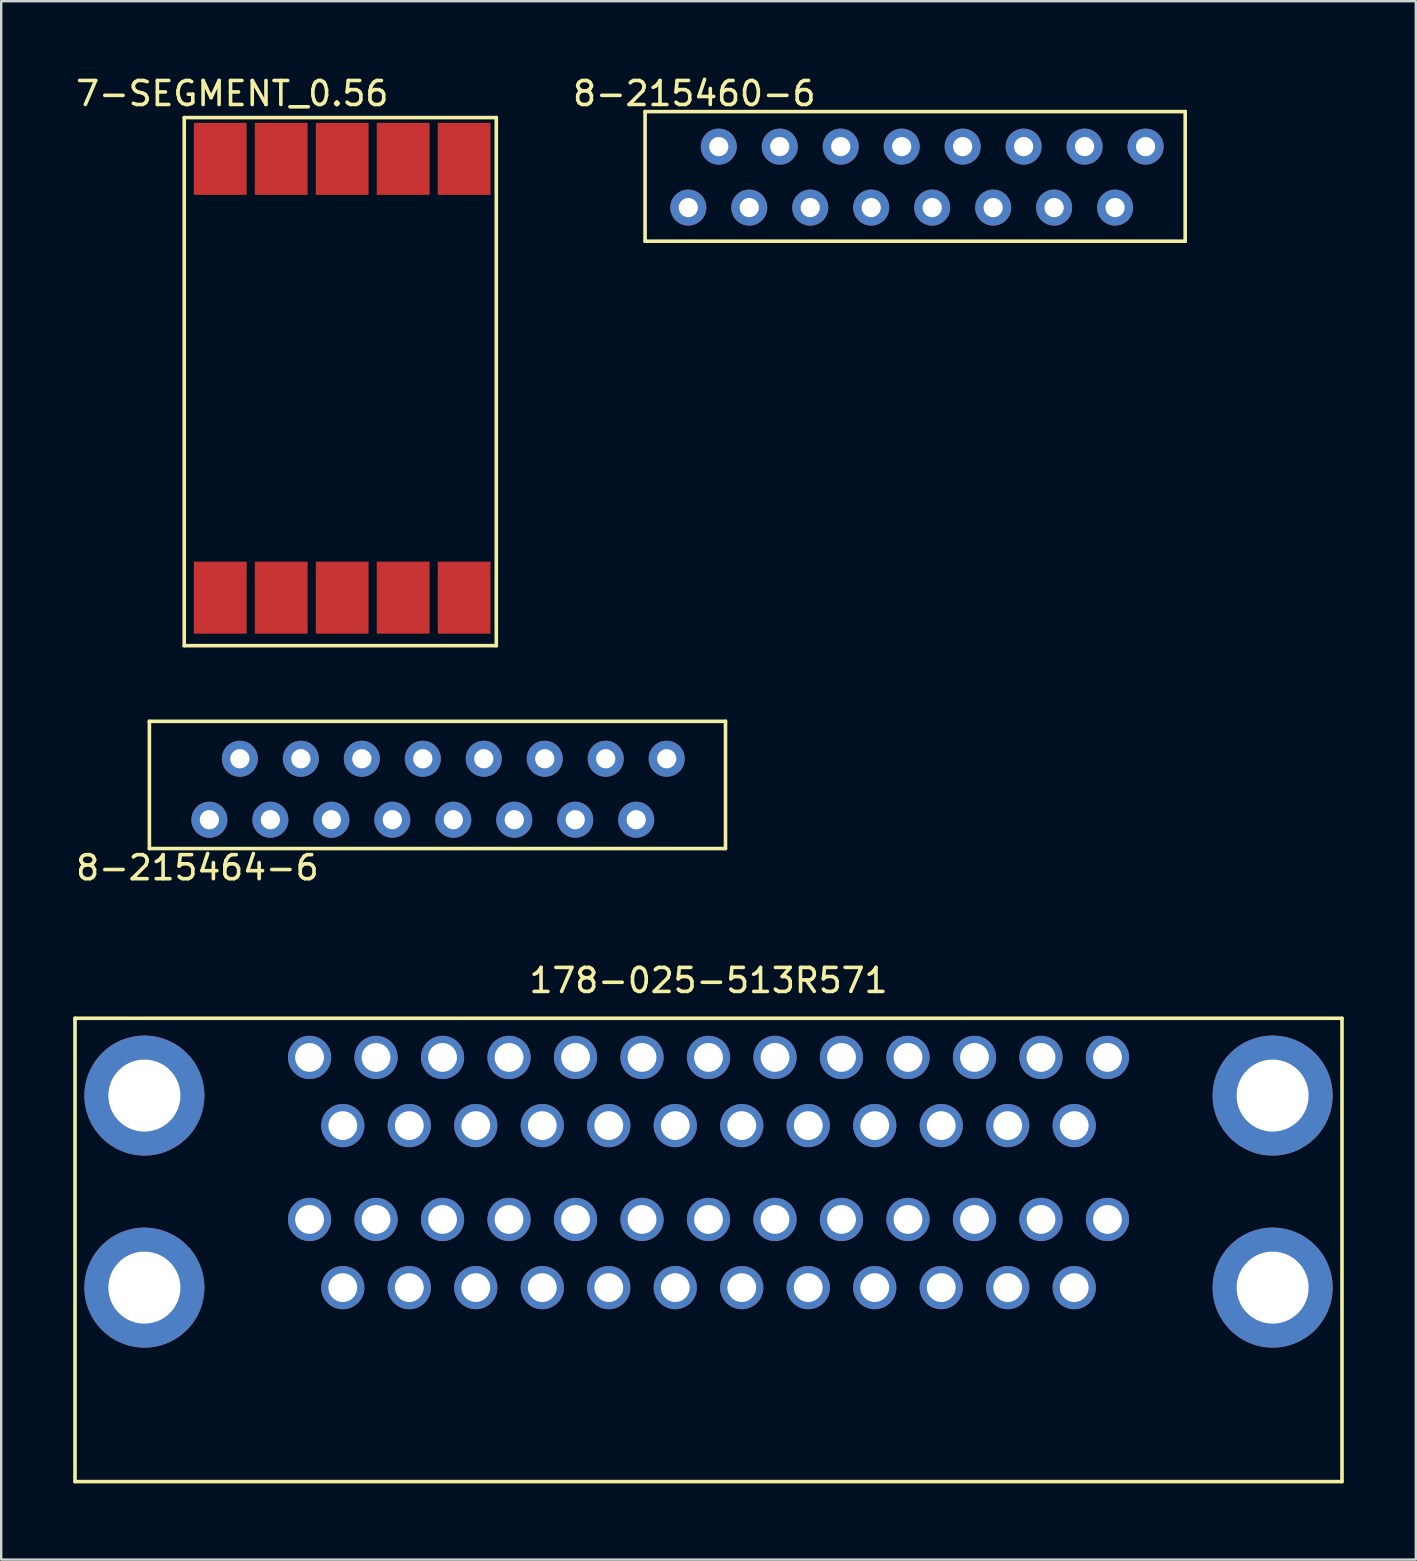
<source format=kicad_pcb>
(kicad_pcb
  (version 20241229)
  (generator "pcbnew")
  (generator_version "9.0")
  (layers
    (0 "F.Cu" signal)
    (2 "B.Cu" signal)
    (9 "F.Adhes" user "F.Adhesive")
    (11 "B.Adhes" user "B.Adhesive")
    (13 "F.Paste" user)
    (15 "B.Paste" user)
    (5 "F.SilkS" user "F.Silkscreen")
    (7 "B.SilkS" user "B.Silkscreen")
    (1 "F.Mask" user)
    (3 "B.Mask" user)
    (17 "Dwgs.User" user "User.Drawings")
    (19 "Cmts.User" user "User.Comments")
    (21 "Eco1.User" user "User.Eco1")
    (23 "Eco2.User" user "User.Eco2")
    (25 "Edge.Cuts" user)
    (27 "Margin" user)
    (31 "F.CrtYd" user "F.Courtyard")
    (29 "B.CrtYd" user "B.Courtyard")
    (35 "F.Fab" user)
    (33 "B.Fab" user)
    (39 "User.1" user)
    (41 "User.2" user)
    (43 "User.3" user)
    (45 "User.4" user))
  (footprint "8-215464-6"
    (layer "F.Cu")
    (at 5.673 31.098)
    (property "Reference" "8-215464-6" (at -0.5 2 0) (layer "F.SilkS") (effects (font (size 1 1) (thickness 0.15))))
    (attr through_hole)
    (fp_line (start -2.5 -4.1) (end -2.5 1.2) (stroke (width 0.15) (type solid)) (layer "F.SilkS"))
    (fp_line (start -2.5 1.2) (end 21.5 1.2) (stroke (width 0.15) (type solid)) (layer "F.SilkS"))
    (fp_line (start 21.5 -4.1) (end -2.5 -4.1) (stroke (width 0.15) (type solid)) (layer "F.SilkS"))
    (fp_line (start 21.5 1.2) (end 21.5 -4.1) (stroke (width 0.15) (type solid)) (layer "F.SilkS"))
    (pad "1" thru_hole circle (at 0 0) (size 1.5 1.5) (drill 0.8) (layers "*.Cu" "*.Mask"))
    (pad "2" thru_hole circle (at 1.27 -2.54) (size 1.5 1.5) (drill 0.8) (layers "*.Cu" "*.Mask"))
    (pad "3" thru_hole circle (at 2.54 0) (size 1.5 1.5) (drill 0.8) (layers "*.Cu" "*.Mask"))
    (pad "4" thru_hole circle (at 3.81 -2.54) (size 1.5 1.5) (drill 0.8) (layers "*.Cu" "*.Mask"))
    (pad "5" thru_hole circle (at 5.08 0) (size 1.5 1.5) (drill 0.8) (layers "*.Cu" "*.Mask"))
    (pad "6" thru_hole circle (at 6.35 -2.54) (size 1.5 1.5) (drill 0.8) (layers "*.Cu" "*.Mask"))
    (pad "7" thru_hole circle (at 7.62 0) (size 1.5 1.5) (drill 0.8) (layers "*.Cu" "*.Mask"))
    (pad "8" thru_hole circle (at 8.89 -2.54) (size 1.5 1.5) (drill 0.8) (layers "*.Cu" "*.Mask"))
    (pad "9" thru_hole circle (at 10.16 0) (size 1.5 1.5) (drill 0.8) (layers "*.Cu" "*.Mask"))
    (pad "10" thru_hole circle (at 11.43 -2.54) (size 1.5 1.5) (drill 0.8) (layers "*.Cu" "*.Mask"))
    (pad "11" thru_hole circle (at 12.7 0) (size 1.5 1.5) (drill 0.8) (layers "*.Cu" "*.Mask"))
    (pad "12" thru_hole circle (at 13.97 -2.54) (size 1.5 1.5) (drill 0.8) (layers "*.Cu" "*.Mask"))
    (pad "13" thru_hole circle (at 15.24 0) (size 1.5 1.5) (drill 0.8) (layers "*.Cu" "*.Mask"))
    (pad "14" thru_hole circle (at 16.51 -2.54) (size 1.5 1.5) (drill 0.8) (layers "*.Cu" "*.Mask"))
    (pad "15" thru_hole circle (at 17.78 0) (size 1.5 1.5) (drill 0.8) (layers "*.Cu" "*.Mask"))
    (pad "16" thru_hole circle (at 19.05 -2.54) (size 1.5 1.5) (drill 0.8) (layers "*.Cu" "*.Mask")))
  (footprint "178-025-513R571"
    (layer "F.Cu")
    (at 26.465 58.67)
    (property "Reference" "178-025-513R571" (at 0 -20.875 0) (layer "F.SilkS") (effects (font (size 1 1) (thickness 0.15))))
    (attr through_hole)
    (fp_line (start -26.39 -19.3) (end 26.39 -19.3) (stroke (width 0.15) (type solid)) (layer "F.SilkS"))
    (fp_line (start -26.39 0) (end -26.39 -19.3) (stroke (width 0.15) (type solid)) (layer "F.SilkS"))
    (fp_line (start 26.39 -19.3) (end 26.39 0) (stroke (width 0.15) (type solid)) (layer "F.SilkS"))
    (fp_line (start 26.39 0) (end -26.39 0) (stroke (width 0.15) (type solid)) (layer "F.SilkS"))
    (pad "0" thru_hole circle (at -23.5 -16.08) (size 5 5) (drill 3) (layers "*.Cu" "*.Mask"))
    (pad "0" thru_hole circle (at -23.5 -8.08) (size 5 5) (drill 3) (layers "*.Cu" "*.Mask"))
    (pad "0" thru_hole circle (at 23.5 -16.08) (size 5 5) (drill 3) (layers "*.Cu" "*.Mask"))
    (pad "0" thru_hole circle (at 23.5 -8.08) (size 5 5) (drill 3) (layers "*.Cu" "*.Mask"))
    (pad "1A" thru_hole circle (at 16.62 -17.67) (size 1.8 1.8) (drill 1.2) (layers "*.Cu" "*.Mask"))
    (pad "1B" thru_hole circle (at 16.62 -10.92) (size 1.8 1.8) (drill 1.2) (layers "*.Cu" "*.Mask"))
    (pad "2A" thru_hole circle (at 13.85 -17.67) (size 1.8 1.8) (drill 1.2) (layers "*.Cu" "*.Mask"))
    (pad "2B" thru_hole circle (at 13.85 -10.92) (size 1.8 1.8) (drill 1.2) (layers "*.Cu" "*.Mask"))
    (pad "3A" thru_hole circle (at 11.08 -17.67) (size 1.8 1.8) (drill 1.2) (layers "*.Cu" "*.Mask"))
    (pad "3B" thru_hole circle (at 11.08 -10.92) (size 1.8 1.8) (drill 1.2) (layers "*.Cu" "*.Mask"))
    (pad "4A" thru_hole circle (at 8.31 -17.67) (size 1.8 1.8) (drill 1.2) (layers "*.Cu" "*.Mask"))
    (pad "4B" thru_hole circle (at 8.31 -10.92) (size 1.8 1.8) (drill 1.2) (layers "*.Cu" "*.Mask"))
    (pad "5A" thru_hole circle (at 5.54 -17.67) (size 1.8 1.8) (drill 1.2) (layers "*.Cu" "*.Mask"))
    (pad "5B" thru_hole circle (at 5.54 -10.92) (size 1.8 1.8) (drill 1.2) (layers "*.Cu" "*.Mask"))
    (pad "6A" thru_hole circle (at 2.77 -17.67) (size 1.8 1.8) (drill 1.2) (layers "*.Cu" "*.Mask"))
    (pad "6B" thru_hole circle (at 2.77 -10.92) (size 1.8 1.8) (drill 1.2) (layers "*.Cu" "*.Mask"))
    (pad "7A" thru_hole circle (at 0 -17.67) (size 1.8 1.8) (drill 1.2) (layers "*.Cu" "*.Mask"))
    (pad "7B" thru_hole circle (at 0 -10.92) (size 1.8 1.8) (drill 1.2) (layers "*.Cu" "*.Mask"))
    (pad "8A" thru_hole circle (at -2.77 -17.67) (size 1.8 1.8) (drill 1.2) (layers "*.Cu" "*.Mask"))
    (pad "8B" thru_hole circle (at -2.77 -10.92) (size 1.8 1.8) (drill 1.2) (layers "*.Cu" "*.Mask"))
    (pad "9A" thru_hole circle (at -5.54 -17.67) (size 1.8 1.8) (drill 1.2) (layers "*.Cu" "*.Mask"))
    (pad "9B" thru_hole circle (at -5.54 -10.92) (size 1.8 1.8) (drill 1.2) (layers "*.Cu" "*.Mask"))
    (pad "10A" thru_hole circle (at -8.31 -17.67) (size 1.8 1.8) (drill 1.2) (layers "*.Cu" "*.Mask"))
    (pad "10B" thru_hole circle (at -8.31 -10.92) (size 1.8 1.8) (drill 1.2) (layers "*.Cu" "*.Mask"))
    (pad "11A" thru_hole circle (at -11.08 -17.67) (size 1.8 1.8) (drill 1.2) (layers "*.Cu" "*.Mask"))
    (pad "11B" thru_hole circle (at -11.08 -10.92) (size 1.8 1.8) (drill 1.2) (layers "*.Cu" "*.Mask"))
    (pad "12A" thru_hole circle (at -13.85 -17.67) (size 1.8 1.8) (drill 1.2) (layers "*.Cu" "*.Mask"))
    (pad "12B" thru_hole circle (at -13.85 -10.92) (size 1.8 1.8) (drill 1.2) (layers "*.Cu" "*.Mask"))
    (pad "13A" thru_hole circle (at -16.62 -17.67) (size 1.8 1.8) (drill 1.2) (layers "*.Cu" "*.Mask"))
    (pad "13B" thru_hole circle (at -16.62 -10.92) (size 1.8 1.8) (drill 1.2) (layers "*.Cu" "*.Mask"))
    (pad "14A" thru_hole circle (at 15.235 -14.83) (size 1.8 1.8) (drill 1.2) (layers "*.Cu" "*.Mask"))
    (pad "14B" thru_hole circle (at 15.235 -8.08) (size 1.8 1.8) (drill 1.2) (layers "*.Cu" "*.Mask"))
    (pad "15A" thru_hole circle (at 12.465 -14.83) (size 1.8 1.8) (drill 1.2) (layers "*.Cu" "*.Mask"))
    (pad "15B" thru_hole circle (at 12.465 -8.08) (size 1.8 1.8) (drill 1.2) (layers "*.Cu" "*.Mask"))
    (pad "16A" thru_hole circle (at 9.695 -14.83) (size 1.8 1.8) (drill 1.2) (layers "*.Cu" "*.Mask"))
    (pad "16B" thru_hole circle (at 9.695 -8.08) (size 1.8 1.8) (drill 1.2) (layers "*.Cu" "*.Mask"))
    (pad "17A" thru_hole circle (at 6.925 -14.83) (size 1.8 1.8) (drill 1.2) (layers "*.Cu" "*.Mask"))
    (pad "17B" thru_hole circle (at 6.925 -8.08) (size 1.8 1.8) (drill 1.2) (layers "*.Cu" "*.Mask"))
    (pad "18A" thru_hole circle (at 4.155 -14.83) (size 1.8 1.8) (drill 1.2) (layers "*.Cu" "*.Mask"))
    (pad "18B" thru_hole circle (at 4.155 -8.08) (size 1.8 1.8) (drill 1.2) (layers "*.Cu" "*.Mask"))
    (pad "19A" thru_hole circle (at 1.385 -14.83) (size 1.8 1.8) (drill 1.2) (layers "*.Cu" "*.Mask"))
    (pad "19B" thru_hole circle (at 1.385 -8.08) (size 1.8 1.8) (drill 1.2) (layers "*.Cu" "*.Mask"))
    (pad "20A" thru_hole circle (at -1.385 -14.83) (size 1.8 1.8) (drill 1.2) (layers "*.Cu" "*.Mask"))
    (pad "20B" thru_hole circle (at -1.385 -8.08) (size 1.8 1.8) (drill 1.2) (layers "*.Cu" "*.Mask"))
    (pad "21A" thru_hole circle (at -4.155 -14.83) (size 1.8 1.8) (drill 1.2) (layers "*.Cu" "*.Mask"))
    (pad "21B" thru_hole circle (at -4.155 -8.08) (size 1.8 1.8) (drill 1.2) (layers "*.Cu" "*.Mask"))
    (pad "22A" thru_hole circle (at -6.925 -14.83) (size 1.8 1.8) (drill 1.2) (layers "*.Cu" "*.Mask"))
    (pad "22B" thru_hole circle (at -6.925 -8.08) (size 1.8 1.8) (drill 1.2) (layers "*.Cu" "*.Mask"))
    (pad "23A" thru_hole circle (at -9.695 -14.83) (size 1.8 1.8) (drill 1.2) (layers "*.Cu" "*.Mask"))
    (pad "23B" thru_hole circle (at -9.695 -8.08) (size 1.8 1.8) (drill 1.2) (layers "*.Cu" "*.Mask"))
    (pad "24A" thru_hole circle (at -12.465 -14.83) (size 1.8 1.8) (drill 1.2) (layers "*.Cu" "*.Mask"))
    (pad "24B" thru_hole circle (at -12.465 -8.08) (size 1.8 1.8) (drill 1.2) (layers "*.Cu" "*.Mask"))
    (pad "25A" thru_hole circle (at -15.235 -14.83) (size 1.8 1.8) (drill 1.2) (layers "*.Cu" "*.Mask"))
    (pad "25B" thru_hole circle (at -15.235 -8.08) (size 1.8 1.8) (drill 1.2) (layers "*.Cu" "*.Mask")))
  (footprint "8-215460-6"
    (layer "F.Cu")
    (at 25.623 5.598)
    (property "Reference" "8-215460-6" (at 0.25 -4.75 0) (layer "F.SilkS") (effects (font (size 1 1) (thickness 0.15))))
    (attr through_hole)
    (fp_line (start -1.8 -4) (end 20.7 -4) (stroke (width 0.15) (type solid)) (layer "F.SilkS"))
    (fp_line (start -1.8 1.4) (end -1.8 -4) (stroke (width 0.15) (type solid)) (layer "F.SilkS"))
    (fp_line (start -1.8 1.4) (end 20.7 1.4) (stroke (width 0.15) (type solid)) (layer "F.SilkS"))
    (fp_line (start 20.7 -4) (end 20.7 1.4) (stroke (width 0.15) (type solid)) (layer "F.SilkS"))
    (pad "1" thru_hole circle (at 0 0) (size 1.5 1.5) (drill 0.8) (layers "*.Cu" "*.Mask"))
    (pad "2" thru_hole circle (at 1.27 -2.54) (size 1.5 1.5) (drill 0.8) (layers "*.Cu" "*.Mask"))
    (pad "3" thru_hole circle (at 2.54 0) (size 1.5 1.5) (drill 0.8) (layers "*.Cu" "*.Mask"))
    (pad "4" thru_hole circle (at 3.81 -2.54) (size 1.5 1.5) (drill 0.8) (layers "*.Cu" "*.Mask"))
    (pad "5" thru_hole circle (at 5.08 0) (size 1.5 1.5) (drill 0.8) (layers "*.Cu" "*.Mask"))
    (pad "6" thru_hole circle (at 6.35 -2.54) (size 1.5 1.5) (drill 0.8) (layers "*.Cu" "*.Mask"))
    (pad "7" thru_hole circle (at 7.62 0) (size 1.5 1.5) (drill 0.8) (layers "*.Cu" "*.Mask"))
    (pad "8" thru_hole circle (at 8.89 -2.54) (size 1.5 1.5) (drill 0.8) (layers "*.Cu" "*.Mask"))
    (pad "9" thru_hole circle (at 10.16 0) (size 1.5 1.5) (drill 0.8) (layers "*.Cu" "*.Mask"))
    (pad "10" thru_hole circle (at 11.43 -2.54) (size 1.5 1.5) (drill 0.8) (layers "*.Cu" "*.Mask"))
    (pad "11" thru_hole circle (at 12.7 0) (size 1.5 1.5) (drill 0.8) (layers "*.Cu" "*.Mask"))
    (pad "12" thru_hole circle (at 13.97 -2.54) (size 1.5 1.5) (drill 0.8) (layers "*.Cu" "*.Mask"))
    (pad "13" thru_hole circle (at 15.24 0) (size 1.5 1.5) (drill 0.8) (layers "*.Cu" "*.Mask"))
    (pad "14" thru_hole circle (at 16.51 -2.54) (size 1.5 1.5) (drill 0.8) (layers "*.Cu" "*.Mask"))
    (pad "15" thru_hole circle (at 17.78 0) (size 1.5 1.5) (drill 0.8) (layers "*.Cu" "*.Mask"))
    (pad "16" thru_hole circle (at 19.05 -2.54) (size 1.5 1.5) (drill 0.8) (layers "*.Cu" "*.Mask")))
  (footprint "7-SEGMENT_0.56"
    (layer "F.Cu")
    (at 11.125 12.848)
    (property "Reference" "7-SEGMENT_0.56" (at -4.5 -12 0) (layer "F.SilkS") (effects (font (size 1 1) (thickness 0.15))))
    (attr through_hole)
    (fp_line (start -6.5 -11) (end -6.5 11) (stroke (width 0.15) (type solid)) (layer "F.SilkS"))
    (fp_line (start -6.5 11) (end 6.5 11) (stroke (width 0.15) (type solid)) (layer "F.SilkS"))
    (fp_line (start 6.5 -11) (end -6.5 -11) (stroke (width 0.15) (type solid)) (layer "F.SilkS"))
    (fp_line (start 6.5 11) (end 6.5 -11) (stroke (width 0.15) (type solid)) (layer "F.SilkS"))
    (pad "1" smd rect (at -5 9) (size 2.2 3) (layers "F.Cu" "F.Mask" "F.Paste"))
    (pad "2" smd rect (at -2.46 9) (size 2.2 3) (layers "F.Cu" "F.Mask" "F.Paste"))
    (pad "3" smd rect (at 0.08 9) (size 2.2 3) (layers "F.Cu" "F.Mask" "F.Paste"))
    (pad "4" smd rect (at 2.62 9) (size 2.2 3) (layers "F.Cu" "F.Mask" "F.Paste"))
    (pad "5" smd rect (at 5.16 9) (size 2.2 3) (layers "F.Cu" "F.Mask" "F.Paste"))
    (pad "6" smd rect (at 5.16 -9.28) (size 2.2 3) (layers "F.Cu" "F.Mask" "F.Paste"))
    (pad "7" smd rect (at 2.62 -9.28) (size 2.2 3) (layers "F.Cu" "F.Mask" "F.Paste"))
    (pad "8" smd rect (at 0.08 -9.28) (size 2.2 3) (layers "F.Cu" "F.Mask" "F.Paste"))
    (pad "9" smd rect (at -2.46 -9.28) (size 2.2 3) (layers "F.Cu" "F.Mask" "F.Paste"))
    (pad "10" smd rect (at -5 -9.28) (size 2.2 3) (layers "F.Cu" "F.Mask" "F.Paste")))
  (gr_rect
    (start -3 -3)
    (end 55.93 61.92)
    (stroke (width 0.1) (type default))
    (fill no)
    (layer "Edge.Cuts")))
</source>
